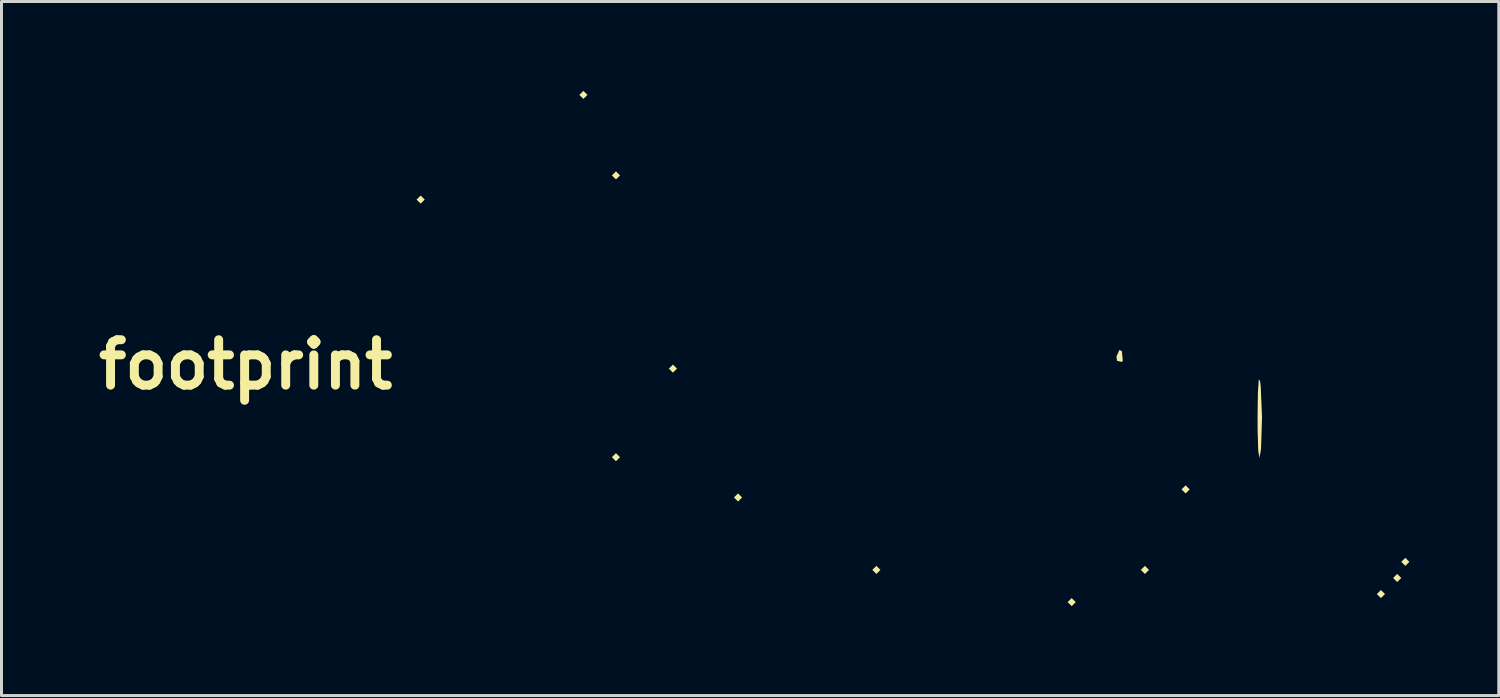
<source format=kicad_pcb>
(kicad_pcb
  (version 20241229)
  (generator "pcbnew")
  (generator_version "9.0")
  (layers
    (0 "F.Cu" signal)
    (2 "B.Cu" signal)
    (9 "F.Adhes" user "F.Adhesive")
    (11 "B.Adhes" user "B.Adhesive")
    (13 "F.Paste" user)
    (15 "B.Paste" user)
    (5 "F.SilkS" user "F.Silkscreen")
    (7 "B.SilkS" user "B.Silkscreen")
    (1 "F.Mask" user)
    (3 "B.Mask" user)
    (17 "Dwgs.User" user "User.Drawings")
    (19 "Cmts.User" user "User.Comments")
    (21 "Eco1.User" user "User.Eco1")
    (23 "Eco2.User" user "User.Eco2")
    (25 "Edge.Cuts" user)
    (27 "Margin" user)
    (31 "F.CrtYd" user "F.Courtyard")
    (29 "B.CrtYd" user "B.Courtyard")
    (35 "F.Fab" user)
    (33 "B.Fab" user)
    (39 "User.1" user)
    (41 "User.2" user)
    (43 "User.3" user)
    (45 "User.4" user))
  (footprint "footprint"
    (layer "F.Cu")
    (at 5.196 9.187)
    (property "Reference" "footprint" (at 0 0 0) (layer "F.SilkS") (effects (font (size 1.524 1.524) (thickness 0.3))))
    (attr board_only exclude_from_pos_files exclude_from_bom)
    (fp_poly (pts (xy 6.009 -5.539) (xy 5.872 -5.404) (xy 5.735 -5.539) (xy 5.872 -5.674)) (stroke (width 0) (type solid)) (fill yes) (layer "F.SilkS"))
    (fp_poly (pts (xy 11.471 -9.052) (xy 11.334 -8.917) (xy 11.198 -9.052) (xy 11.334 -9.187)) (stroke (width 0) (type solid)) (fill yes) (layer "F.SilkS"))
    (fp_poly (pts (xy 12.563 -6.35) (xy 12.427 -6.215) (xy 12.29 -6.35) (xy 12.427 -6.485)) (stroke (width 0) (type solid)) (fill yes) (layer "F.SilkS"))
    (fp_poly (pts (xy 12.563 3.107) (xy 12.427 3.243) (xy 12.29 3.107) (xy 12.427 2.972)) (stroke (width 0) (type solid)) (fill yes) (layer "F.SilkS"))
    (fp_poly (pts (xy 14.475 0.135) (xy 14.339 0.27) (xy 14.202 0.135) (xy 14.339 0)) (stroke (width 0) (type solid)) (fill yes) (layer "F.SilkS"))
    (fp_poly (pts (xy 16.66 4.459) (xy 16.524 4.594) (xy 16.387 4.459) (xy 16.524 4.323)) (stroke (width 0) (type solid)) (fill yes) (layer "F.SilkS"))
    (fp_poly (pts (xy 21.303 6.89) (xy 21.167 7.026) (xy 21.03 6.89) (xy 21.167 6.755)) (stroke (width 0) (type solid)) (fill yes) (layer "F.SilkS"))
    (fp_poly (pts (xy 27.858 7.971) (xy 27.722 8.106) (xy 27.585 7.971) (xy 27.722 7.836)) (stroke (width 0) (type solid)) (fill yes) (layer "F.SilkS"))
    (fp_poly (pts (xy 30.316 6.89) (xy 30.18 7.026) (xy 30.043 6.89) (xy 30.18 6.755)) (stroke (width 0) (type solid)) (fill yes) (layer "F.SilkS"))
    (fp_poly (pts (xy 31.682 4.188) (xy 31.545 4.323) (xy 31.409 4.188) (xy 31.545 4.053)) (stroke (width 0) (type solid)) (fill yes) (layer "F.SilkS"))
    (fp_poly (pts (xy 38.237 7.701) (xy 38.1 7.836) (xy 37.963 7.701) (xy 38.1 7.566)) (stroke (width 0) (type solid)) (fill yes) (layer "F.SilkS"))
    (fp_poly (pts (xy 38.783 7.161) (xy 38.646 7.296) (xy 38.51 7.161) (xy 38.646 7.026)) (stroke (width 0) (type solid)) (fill yes) (layer "F.SilkS"))
    (fp_poly (pts (xy 39.056 6.62) (xy 38.919 6.755) (xy 38.783 6.62) (xy 38.919 6.485)) (stroke (width 0) (type solid)) (fill yes) (layer "F.SilkS"))
    (fp_poly (pts (xy 29.406 -0.45) (xy 29.438 -0.13) (xy 29.406 -0.09) (xy 29.243 -0.127) (xy 29.224 -0.27) (xy 29.324 -0.493)) (stroke (width 0) (type solid)) (fill yes) (layer "F.SilkS"))
    (fp_poly (pts (xy 34.044 0.549) (xy 34.067 0.75) (xy 34.11 1.771) (xy 34.078 2.776) (xy 34.065 2.912) (xy 34.018 3.132) (xy 33.982 2.872) (xy 33.962 2.188) (xy 33.96 1.756) (xy 33.972 0.921) (xy 34.002 0.502)) (stroke (width 0) (type solid)) (fill yes) (layer "F.SilkS")))
  (gr_rect
    (start -3 -3)
    (end 47.252 20.294)
    (stroke (width 0.1) (type default))
    (fill no)
    (layer "Edge.Cuts")))
</source>
